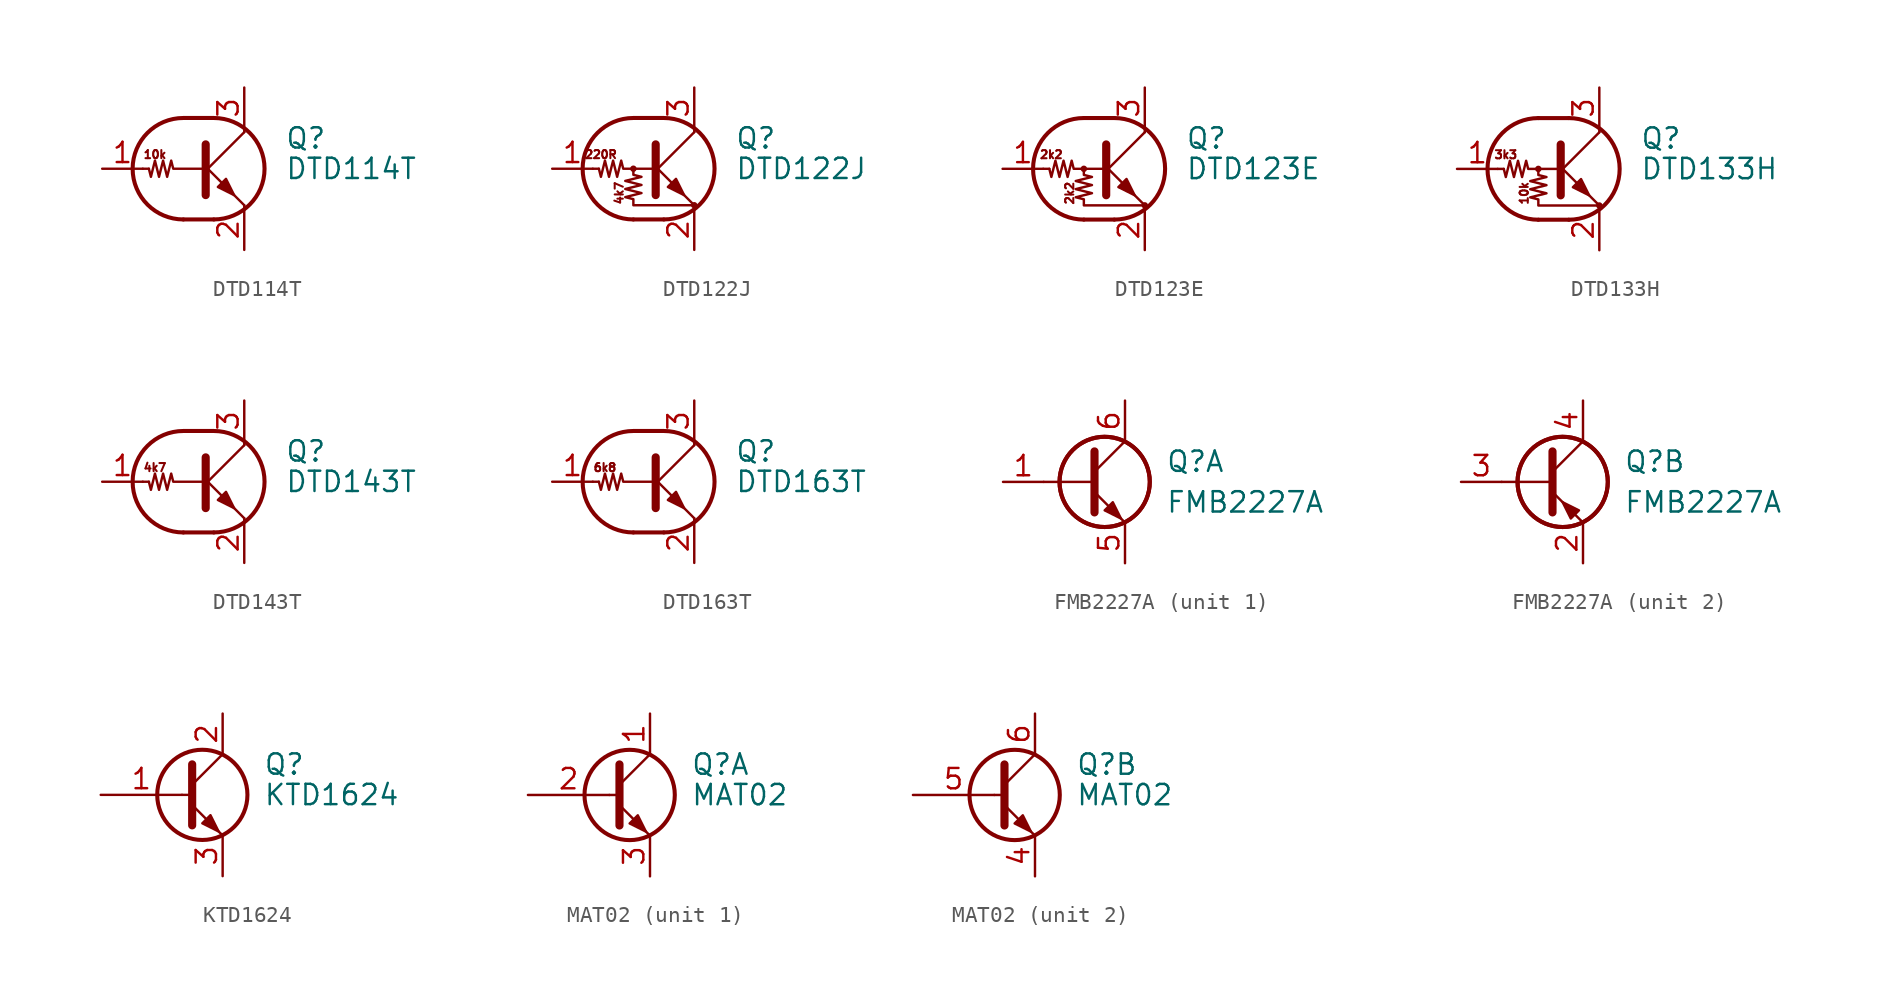
<source format=kicad_sym>
(kicad_symbol_lib
  (version 20201005)
  (generator kicad_symbol_editor)
  (symbol "Transistor_BJT:DTD114T"
    (pin_names
      (offset 0) hide)
    (property "Reference" "Q"
      (at 5.08 1.905 0)
      (effects (font (size 1.27 1.27)) (justify left)))
    (property "Value" "DTD114T"
      (at 5.08 0 0)
      (effects (font (size 1.27 1.27)) (justify left)))
    (symbol "DTD114T_0_0"
      (text "10k" (at -3.048 0.889 0) (effects (font (size 0.508 0.508))))
      (polyline (pts (xy 2.54 -2.286) (xy 2.54 -2.54)) (stroke (width 0)) (fill (type none))))
    (symbol "DTD114T_0_1"
      (arc (start -1.27 3.175) (end -1.27 -3.175) (radius (at -1.27 0) (length 3.175) (angles 90.1 -90.1)) (stroke (width 0.254)) (fill (type none)))
      (arc (start 0.635 -3.175) (end 0.635 3.175) (radius (at 0.635 0) (length 3.175) (angles -89.9 89.9)) (stroke (width 0.254)) (fill (type none)))
      (polyline (pts (xy -3.429 0) (xy -3.81 0)) (stroke (width 0)) (fill (type none)))
      (polyline (pts (xy -1.27 -3.175) (xy 0.635 -3.175)) (stroke (width 0.254)) (fill (type none)))
      (polyline (pts (xy -1.27 3.175) (xy 0.635 3.175)) (stroke (width 0.254)) (fill (type none)))
      (polyline (pts (xy 0 -0.254) (xy 2.54 2.286)) (stroke (width 0)) (fill (type none)))
      (polyline (pts (xy 0.127 1.524) (xy 0.127 -1.651)) (stroke (width 0.508)) (fill (type outline)))
      (polyline (pts (xy 2.54 2.286) (xy 2.54 2.54)) (stroke (width 0)) (fill (type none)))
      (polyline (pts (xy 2.54 -2.286) (xy 0 0.254) (xy 0 0.254)) (stroke (width 0)) (fill (type none)))
      (polyline (pts (xy 0.889 -1.143) (xy 1.397 -0.635) (xy 1.905 -1.651) (xy 0.889 -1.143)) (stroke (width 0)) (fill (type outline)))
      (polyline (pts (xy 0 0) (xy -1.905 0) (xy -2.032 0.508) (xy -2.286 -0.508) (xy -2.54 0.508) (xy -2.794 -0.508) (xy -3.048 0.508) (xy -3.302 -0.508) (xy -3.429 0)) (stroke (width 0)) (fill (type none))))
    (symbol "DTD114T_1_1"
      (pin input line (at -6.35 0 0) (length 2.54) (name "B" (effects (font (size 1.27 1.27)))) (number "1" (effects (font (size 1.27 1.27)))))
      (pin passive line (at 2.54 -5.08 90) (length 2.54) (name "E" (effects (font (size 1.27 1.27)))) (number "2" (effects (font (size 1.27 1.27)))))
      (pin passive line (at 2.54 5.08 270) (length 2.54) (name "C" (effects (font (size 1.27 1.27)))) (number "3" (effects (font (size 1.27 1.27)))))))
  (symbol "Transistor_BJT:DTD122J"
    (pin_names
      (offset 0) hide)
    (property "Reference" "Q"
      (at 5.08 1.905 0)
      (effects (font (size 1.27 1.27)) (justify left)))
    (property "Value" "DTD122J"
      (at 5.08 0 0)
      (effects (font (size 1.27 1.27)) (justify left)))
    (symbol "DTD122J_0_0"
      (text "220R" (at -3.302 0.889 0) (effects (font (size 0.508 0.508))))
      (text "4k7" (at -2.159 -1.524 900) (effects (font (size 0.508 0.508)))))
    (symbol "DTD122J_0_1"
      (arc (start -1.27 3.175) (end -1.27 -3.175) (radius (at -1.27 0) (length 3.175) (angles 90.1 -90.1)) (stroke (width 0.254)) (fill (type none)))
      (arc (start 0.635 -3.175) (end 0.635 3.175) (radius (at 0.635 0) (length 3.175) (angles -89.9 89.9)) (stroke (width 0.254)) (fill (type none)))
      (circle (center -1.27 0) (radius 0.127) (stroke (width 0)) (fill (type none)))
      (circle (center 2.54 -2.286) (radius 0.127) (stroke (width 0)) (fill (type none)))
      (polyline (pts (xy -3.429 0) (xy -3.81 0)) (stroke (width 0)) (fill (type none)))
      (polyline (pts (xy -1.27 -3.175) (xy 0.635 -3.175)) (stroke (width 0.254)) (fill (type none)))
      (polyline (pts (xy -1.27 3.175) (xy 0.635 3.175)) (stroke (width 0.254)) (fill (type none)))
      (polyline (pts (xy 0 -0.254) (xy 2.54 2.286)) (stroke (width 0)) (fill (type none)))
      (polyline (pts (xy 0.127 1.524) (xy 0.127 -1.651)) (stroke (width 0.508)) (fill (type outline)))
      (polyline (pts (xy 2.54 2.286) (xy 2.54 2.54)) (stroke (width 0)) (fill (type none)))
      (polyline (pts (xy 2.54 -2.286) (xy 0 0.254) (xy 0 0.254)) (stroke (width 0)) (fill (type none)))
      (polyline (pts (xy 0.889 -1.143) (xy 1.397 -0.635) (xy 1.905 -1.651) (xy 0.889 -1.143)) (stroke (width 0)) (fill (type outline)))
      (polyline (pts (xy 0 0) (xy -1.905 0) (xy -2.032 0.508) (xy -2.286 -0.508) (xy -2.54 0.508) (xy -2.794 -0.508) (xy -3.048 0.508) (xy -3.302 -0.508) (xy -3.429 0)) (stroke (width 0)) (fill (type none)))
      (polyline (pts (xy -1.27 0) (xy -1.27 -0.381) (xy -0.762 -0.508) (xy -1.778 -0.762) (xy -0.762 -1.016) (xy -1.778 -1.27) (xy -0.762 -1.524) (xy -1.778 -1.778) (xy -1.27 -1.905) (xy -1.27 -2.286) (xy 2.54 -2.286)) (stroke (width 0)) (fill (type none))))
    (symbol "DTD122J_1_1"
      (pin input line (at -6.35 0 0) (length 2.54) (name "B" (effects (font (size 1.27 1.27)))) (number "1" (effects (font (size 1.27 1.27)))))
      (pin passive line (at 2.54 -5.08 90) (length 2.54) (name "E" (effects (font (size 1.27 1.27)))) (number "2" (effects (font (size 1.27 1.27)))))
      (pin passive line (at 2.54 5.08 270) (length 2.54) (name "C" (effects (font (size 1.27 1.27)))) (number "3" (effects (font (size 1.27 1.27)))))))
  (symbol "Transistor_BJT:DTD123E"
    (pin_names
      (offset 0) hide)
    (property "Reference" "Q"
      (at 5.08 1.905 0)
      (effects (font (size 1.27 1.27)) (justify left)))
    (property "Value" "DTD123E"
      (at 5.08 0 0)
      (effects (font (size 1.27 1.27)) (justify left)))
    (symbol "DTD123E_0_0"
      (text "2k2" (at -3.302 0.889 0) (effects (font (size 0.508 0.508))))
      (text "2k2" (at -2.159 -1.524 900) (effects (font (size 0.508 0.508)))))
    (symbol "DTD123E_0_1"
      (arc (start -1.27 3.175) (end -1.27 -3.175) (radius (at -1.27 0) (length 3.175) (angles 90.1 -90.1)) (stroke (width 0.254)) (fill (type none)))
      (arc (start 0.635 -3.175) (end 0.635 3.175) (radius (at 0.635 0) (length 3.175) (angles -89.9 89.9)) (stroke (width 0.254)) (fill (type none)))
      (circle (center -1.27 0) (radius 0.127) (stroke (width 0)) (fill (type none)))
      (circle (center 2.54 -2.286) (radius 0.127) (stroke (width 0)) (fill (type none)))
      (polyline (pts (xy -3.429 0) (xy -3.81 0)) (stroke (width 0)) (fill (type none)))
      (polyline (pts (xy -1.27 -3.175) (xy 0.635 -3.175)) (stroke (width 0.254)) (fill (type none)))
      (polyline (pts (xy -1.27 3.175) (xy 0.635 3.175)) (stroke (width 0.254)) (fill (type none)))
      (polyline (pts (xy 0 -0.254) (xy 2.54 2.286)) (stroke (width 0)) (fill (type none)))
      (polyline (pts (xy 0.127 1.524) (xy 0.127 -1.651)) (stroke (width 0.508)) (fill (type outline)))
      (polyline (pts (xy 2.54 2.286) (xy 2.54 2.54)) (stroke (width 0)) (fill (type none)))
      (polyline (pts (xy 2.54 -2.286) (xy 0 0.254) (xy 0 0.254)) (stroke (width 0)) (fill (type none)))
      (polyline (pts (xy 0.889 -1.143) (xy 1.397 -0.635) (xy 1.905 -1.651) (xy 0.889 -1.143)) (stroke (width 0)) (fill (type outline)))
      (polyline (pts (xy 0 0) (xy -1.905 0) (xy -2.032 0.508) (xy -2.286 -0.508) (xy -2.54 0.508) (xy -2.794 -0.508) (xy -3.048 0.508) (xy -3.302 -0.508) (xy -3.429 0)) (stroke (width 0)) (fill (type none)))
      (polyline (pts (xy -1.27 0) (xy -1.27 -0.381) (xy -0.762 -0.508) (xy -1.778 -0.762) (xy -0.762 -1.016) (xy -1.778 -1.27) (xy -0.762 -1.524) (xy -1.778 -1.778) (xy -1.27 -1.905) (xy -1.27 -2.286) (xy 2.54 -2.286)) (stroke (width 0)) (fill (type none))))
    (symbol "DTD123E_1_1"
      (pin input line (at -6.35 0 0) (length 2.54) (name "B" (effects (font (size 1.27 1.27)))) (number "1" (effects (font (size 1.27 1.27)))))
      (pin passive line (at 2.54 -5.08 90) (length 2.54) (name "E" (effects (font (size 1.27 1.27)))) (number "2" (effects (font (size 1.27 1.27)))))
      (pin passive line (at 2.54 5.08 270) (length 2.54) (name "C" (effects (font (size 1.27 1.27)))) (number "3" (effects (font (size 1.27 1.27)))))))
  (symbol "Transistor_BJT:DTD133H"
    (pin_names
      (offset 0) hide)
    (property "Reference" "Q"
      (at 5.08 1.905 0)
      (effects (font (size 1.27 1.27)) (justify left)))
    (property "Value" "DTD133H"
      (at 5.08 0 0)
      (effects (font (size 1.27 1.27)) (justify left)))
    (symbol "DTD133H_0_0"
      (text "10k" (at -2.159 -1.524 900) (effects (font (size 0.508 0.508))))
      (text "3k3" (at -3.302 0.889 0) (effects (font (size 0.508 0.508)))))
    (symbol "DTD133H_0_1"
      (arc (start -1.27 3.175) (end -1.27 -3.175) (radius (at -1.27 0) (length 3.175) (angles 90.1 -90.1)) (stroke (width 0.254)) (fill (type none)))
      (arc (start 0.635 -3.175) (end 0.635 3.175) (radius (at 0.635 0) (length 3.175) (angles -89.9 89.9)) (stroke (width 0.254)) (fill (type none)))
      (circle (center -1.27 0) (radius 0.127) (stroke (width 0)) (fill (type none)))
      (circle (center 2.54 -2.286) (radius 0.127) (stroke (width 0)) (fill (type none)))
      (polyline (pts (xy -3.429 0) (xy -3.81 0)) (stroke (width 0)) (fill (type none)))
      (polyline (pts (xy -1.27 -3.175) (xy 0.635 -3.175)) (stroke (width 0.254)) (fill (type none)))
      (polyline (pts (xy -1.27 3.175) (xy 0.635 3.175)) (stroke (width 0.254)) (fill (type none)))
      (polyline (pts (xy 0 -0.254) (xy 2.54 2.286)) (stroke (width 0)) (fill (type none)))
      (polyline (pts (xy 0.127 1.524) (xy 0.127 -1.651)) (stroke (width 0.508)) (fill (type outline)))
      (polyline (pts (xy 2.54 2.286) (xy 2.54 2.54)) (stroke (width 0)) (fill (type none)))
      (polyline (pts (xy 2.54 -2.286) (xy 0 0.254) (xy 0 0.254)) (stroke (width 0)) (fill (type none)))
      (polyline (pts (xy 0.889 -1.143) (xy 1.397 -0.635) (xy 1.905 -1.651) (xy 0.889 -1.143)) (stroke (width 0)) (fill (type outline)))
      (polyline (pts (xy 0 0) (xy -1.905 0) (xy -2.032 0.508) (xy -2.286 -0.508) (xy -2.54 0.508) (xy -2.794 -0.508) (xy -3.048 0.508) (xy -3.302 -0.508) (xy -3.429 0)) (stroke (width 0)) (fill (type none)))
      (polyline (pts (xy -1.27 0) (xy -1.27 -0.381) (xy -0.762 -0.508) (xy -1.778 -0.762) (xy -0.762 -1.016) (xy -1.778 -1.27) (xy -0.762 -1.524) (xy -1.778 -1.778) (xy -1.27 -1.905) (xy -1.27 -2.286) (xy 2.54 -2.286)) (stroke (width 0)) (fill (type none))))
    (symbol "DTD133H_1_1"
      (pin input line (at -6.35 0 0) (length 2.54) (name "B" (effects (font (size 1.27 1.27)))) (number "1" (effects (font (size 1.27 1.27)))))
      (pin passive line (at 2.54 -5.08 90) (length 2.54) (name "E" (effects (font (size 1.27 1.27)))) (number "2" (effects (font (size 1.27 1.27)))))
      (pin passive line (at 2.54 5.08 270) (length 2.54) (name "C" (effects (font (size 1.27 1.27)))) (number "3" (effects (font (size 1.27 1.27)))))))
  (symbol "Transistor_BJT:DTD143T"
    (pin_names
      (offset 0) hide)
    (property "Reference" "Q"
      (at 5.08 1.905 0)
      (effects (font (size 1.27 1.27)) (justify left)))
    (property "Value" "DTD143T"
      (at 5.08 0 0)
      (effects (font (size 1.27 1.27)) (justify left)))
    (symbol "DTD143T_0_0"
      (text "4k7" (at -3.048 0.889 0) (effects (font (size 0.508 0.508))))
      (polyline (pts (xy 2.54 -2.286) (xy 2.54 -2.54)) (stroke (width 0)) (fill (type none))))
    (symbol "DTD143T_0_1"
      (arc (start -1.27 3.175) (end -1.27 -3.175) (radius (at -1.27 0) (length 3.175) (angles 90.1 -90.1)) (stroke (width 0.254)) (fill (type none)))
      (arc (start 0.635 -3.175) (end 0.635 3.175) (radius (at 0.635 0) (length 3.175) (angles -89.9 89.9)) (stroke (width 0.254)) (fill (type none)))
      (polyline (pts (xy -3.429 0) (xy -3.81 0)) (stroke (width 0)) (fill (type none)))
      (polyline (pts (xy -1.27 -3.175) (xy 0.635 -3.175)) (stroke (width 0.254)) (fill (type none)))
      (polyline (pts (xy -1.27 3.175) (xy 0.635 3.175)) (stroke (width 0.254)) (fill (type none)))
      (polyline (pts (xy 0 -0.254) (xy 2.54 2.286)) (stroke (width 0)) (fill (type none)))
      (polyline (pts (xy 0.127 1.524) (xy 0.127 -1.651)) (stroke (width 0.508)) (fill (type outline)))
      (polyline (pts (xy 2.54 2.286) (xy 2.54 2.54)) (stroke (width 0)) (fill (type none)))
      (polyline (pts (xy 2.54 -2.286) (xy 0 0.254) (xy 0 0.254)) (stroke (width 0)) (fill (type none)))
      (polyline (pts (xy 0.889 -1.143) (xy 1.397 -0.635) (xy 1.905 -1.651) (xy 0.889 -1.143)) (stroke (width 0)) (fill (type outline)))
      (polyline (pts (xy 0 0) (xy -1.905 0) (xy -2.032 0.508) (xy -2.286 -0.508) (xy -2.54 0.508) (xy -2.794 -0.508) (xy -3.048 0.508) (xy -3.302 -0.508) (xy -3.429 0)) (stroke (width 0)) (fill (type none))))
    (symbol "DTD143T_1_1"
      (pin input line (at -6.35 0 0) (length 2.54) (name "B" (effects (font (size 1.27 1.27)))) (number "1" (effects (font (size 1.27 1.27)))))
      (pin passive line (at 2.54 -5.08 90) (length 2.54) (name "E" (effects (font (size 1.27 1.27)))) (number "2" (effects (font (size 1.27 1.27)))))
      (pin passive line (at 2.54 5.08 270) (length 2.54) (name "C" (effects (font (size 1.27 1.27)))) (number "3" (effects (font (size 1.27 1.27)))))))
  (symbol "Transistor_BJT:DTD163T"
    (pin_names
      (offset 0) hide)
    (property "Reference" "Q"
      (at 5.08 1.905 0)
      (effects (font (size 1.27 1.27)) (justify left)))
    (property "Value" "DTD163T"
      (at 5.08 0 0)
      (effects (font (size 1.27 1.27)) (justify left)))
    (symbol "DTD163T_0_0"
      (text "6k8" (at -3.048 0.889 0) (effects (font (size 0.508 0.508))))
      (polyline (pts (xy 2.54 -2.286) (xy 2.54 -2.54)) (stroke (width 0)) (fill (type none))))
    (symbol "DTD163T_0_1"
      (arc (start -1.27 3.175) (end -1.27 -3.175) (radius (at -1.27 0) (length 3.175) (angles 90.1 -90.1)) (stroke (width 0.254)) (fill (type none)))
      (arc (start 0.635 -3.175) (end 0.635 3.175) (radius (at 0.635 0) (length 3.175) (angles -89.9 89.9)) (stroke (width 0.254)) (fill (type none)))
      (polyline (pts (xy -3.429 0) (xy -3.81 0)) (stroke (width 0)) (fill (type none)))
      (polyline (pts (xy -1.27 -3.175) (xy 0.635 -3.175)) (stroke (width 0.254)) (fill (type none)))
      (polyline (pts (xy -1.27 3.175) (xy 0.635 3.175)) (stroke (width 0.254)) (fill (type none)))
      (polyline (pts (xy 0 -0.254) (xy 2.54 2.286)) (stroke (width 0)) (fill (type none)))
      (polyline (pts (xy 0.127 1.524) (xy 0.127 -1.651)) (stroke (width 0.508)) (fill (type outline)))
      (polyline (pts (xy 2.54 2.286) (xy 2.54 2.54)) (stroke (width 0)) (fill (type none)))
      (polyline (pts (xy 2.54 -2.286) (xy 0 0.254) (xy 0 0.254)) (stroke (width 0)) (fill (type none)))
      (polyline (pts (xy 0.889 -1.143) (xy 1.397 -0.635) (xy 1.905 -1.651) (xy 0.889 -1.143)) (stroke (width 0)) (fill (type outline)))
      (polyline (pts (xy 0 0) (xy -1.905 0) (xy -2.032 0.508) (xy -2.286 -0.508) (xy -2.54 0.508) (xy -2.794 -0.508) (xy -3.048 0.508) (xy -3.302 -0.508) (xy -3.429 0)) (stroke (width 0)) (fill (type none))))
    (symbol "DTD163T_1_1"
      (pin input line (at -6.35 0 0) (length 2.54) (name "B" (effects (font (size 1.27 1.27)))) (number "1" (effects (font (size 1.27 1.27)))))
      (pin passive line (at 2.54 -5.08 90) (length 2.54) (name "E" (effects (font (size 1.27 1.27)))) (number "2" (effects (font (size 1.27 1.27)))))
      (pin passive line (at 2.54 5.08 270) (length 2.54) (name "C" (effects (font (size 1.27 1.27)))) (number "3" (effects (font (size 1.27 1.27)))))))
  (symbol "Transistor_BJT:FMB2227A"
    (pin_names
      (offset 0) hide)
    (property "Reference" "Q"
      (at 5.08 1.27 0)
      (effects (font (size 1.27 1.27)) (justify left)))
    (property "Value" "FMB2227A"
      (at 5.08 -1.27 0)
      (effects (font (size 1.27 1.27)) (justify left)))
    (property "ki_locked" ""
      (at 0 0 0)
      (effects (font (size 1.27 1.27))))
    (symbol "FMB2227A_0_1"
      (circle (center 1.27 0) (radius 2.819) (stroke (width 0.254)) (fill (type none)))
      (circle (center 1.27 0) (radius 2.819) (stroke (width 0.254)) (fill (type none)))
      (polyline (pts (xy 0.635 0) (xy -2.54 0)) (stroke (width 0)) (fill (type none))))
    (symbol "FMB2227A_1_1"
      (polyline (pts (xy 0.635 0.635) (xy 2.54 2.54)) (stroke (width 0)) (fill (type none)))
      (polyline (pts (xy 0.635 -0.635) (xy 2.54 -2.54) (xy 2.54 -2.54)) (stroke (width 0)) (fill (type none)))
      (polyline (pts (xy 0.635 1.905) (xy 0.635 -1.905) (xy 0.635 -1.905)) (stroke (width 0.508)) (fill (type none)))
      (polyline (pts (xy 1.27 -1.778) (xy 1.778 -1.27) (xy 2.286 -2.286) (xy 1.27 -1.778) (xy 1.27 -1.778)) (stroke (width 0)) (fill (type outline)))
      (pin input line (at -5.08 0 0) (length 2.54) (name "B1" (effects (font (size 1.27 1.27)))) (number "1" (effects (font (size 1.27 1.27)))))
      (pin passive line (at 2.54 -5.08 90) (length 2.54) (name "E1" (effects (font (size 1.27 1.27)))) (number "5" (effects (font (size 1.27 1.27)))))
      (pin passive line (at 2.54 5.08 270) (length 2.54) (name "C1" (effects (font (size 1.27 1.27)))) (number "6" (effects (font (size 1.27 1.27))))))
    (symbol "FMB2227A_2_1"
      (polyline (pts (xy 0.635 0.635) (xy 2.54 2.54)) (stroke (width 0)) (fill (type none)))
      (polyline (pts (xy 0.635 -0.635) (xy 2.54 -2.54) (xy 2.54 -2.54)) (stroke (width 0)) (fill (type none)))
      (polyline (pts (xy 0.635 1.905) (xy 0.635 -1.905) (xy 0.635 -1.905)) (stroke (width 0.508)) (fill (type none)))
      (polyline (pts (xy 2.286 -1.778) (xy 1.778 -2.286) (xy 1.27 -1.27) (xy 2.286 -1.778) (xy 2.286 -1.778)) (stroke (width 0)) (fill (type outline)))
      (pin passive line (at 2.54 -5.08 90) (length 2.54) (name "E2" (effects (font (size 1.27 1.27)))) (number "2" (effects (font (size 1.27 1.27)))))
      (pin input line (at -5.08 0 0) (length 2.54) (name "B2" (effects (font (size 1.27 1.27)))) (number "3" (effects (font (size 1.27 1.27)))))
      (pin passive line (at 2.54 5.08 270) (length 2.54) (name "C2" (effects (font (size 1.27 1.27)))) (number "4" (effects (font (size 1.27 1.27)))))))
  (symbol "Transistor_BJT:KTD1624"
    (pin_names
      (offset 0) hide)
    (property "Reference" "Q"
      (at 5.08 1.905 0)
      (effects (font (size 1.27 1.27)) (justify left)))
    (property "Value" "KTD1624"
      (at 5.08 0 0)
      (effects (font (size 1.27 1.27)) (justify left)))
    (symbol "KTD1624_0_1"
      (circle (center 1.27 0) (radius 2.819) (stroke (width 0.254)) (fill (type none)))
      (polyline (pts (xy 0 0) (xy 0.635 0)) (stroke (width 0)) (fill (type none)))
      (polyline (pts (xy 0.635 0.635) (xy 2.54 2.54)) (stroke (width 0)) (fill (type none)))
      (polyline (pts (xy 0.635 -0.635) (xy 2.54 -2.54) (xy 2.54 -2.54)) (stroke (width 0)) (fill (type none)))
      (polyline (pts (xy 0.635 1.905) (xy 0.635 -1.905) (xy 0.635 -1.905)) (stroke (width 0.508)) (fill (type none)))
      (polyline (pts (xy 1.27 -1.778) (xy 1.778 -1.27) (xy 2.286 -2.286) (xy 1.27 -1.778) (xy 1.27 -1.778)) (stroke (width 0)) (fill (type outline))))
    (symbol "KTD1624_1_1"
      (pin input line (at -5.08 0 0) (length 5.08) (name "B" (effects (font (size 1.27 1.27)))) (number "1" (effects (font (size 1.27 1.27)))))
      (pin passive line (at 2.54 5.08 270) (length 2.54) (name "C" (effects (font (size 1.27 1.27)))) (number "2" (effects (font (size 1.27 1.27)))))
      (pin passive line (at 2.54 -5.08 90) (length 2.54) (name "E" (effects (font (size 1.27 1.27)))) (number "3" (effects (font (size 1.27 1.27)))))))
  (symbol "Transistor_BJT:MAT02"
    (pin_names
      (offset 0) hide)
    (property "Reference" "Q"
      (at 5.08 1.905 0)
      (effects (font (size 1.27 1.27)) (justify left)))
    (property "Value" "MAT02"
      (at 5.08 0 0)
      (effects (font (size 1.27 1.27)) (justify left)))
    (symbol "MAT02_0_1"
      (circle (center 1.27 0) (radius 2.819) (stroke (width 0.254)) (fill (type none)))
      (polyline (pts (xy 0 0) (xy 0.635 0)) (stroke (width 0)) (fill (type none)))
      (polyline (pts (xy 0.635 0.635) (xy 2.54 2.54)) (stroke (width 0)) (fill (type none)))
      (polyline (pts (xy 0.635 -0.635) (xy 2.54 -2.54) (xy 2.54 -2.54)) (stroke (width 0)) (fill (type none)))
      (polyline (pts (xy 0.635 1.905) (xy 0.635 -1.905) (xy 0.635 -1.905)) (stroke (width 0.508)) (fill (type none)))
      (polyline (pts (xy 1.27 -1.778) (xy 1.778 -1.27) (xy 2.286 -2.286) (xy 1.27 -1.778) (xy 1.27 -1.778)) (stroke (width 0)) (fill (type outline))))
    (symbol "MAT02_1_1"
      (pin passive line (at 2.54 5.08 270) (length 2.54) (name "C" (effects (font (size 1.27 1.27)))) (number "1" (effects (font (size 1.27 1.27)))))
      (pin input line (at -5.08 0 0) (length 5.08) (name "B" (effects (font (size 1.27 1.27)))) (number "2" (effects (font (size 1.27 1.27)))))
      (pin passive line (at 2.54 -5.08 90) (length 2.54) (name "E" (effects (font (size 1.27 1.27)))) (number "3" (effects (font (size 1.27 1.27))))))
    (symbol "MAT02_2_1"
      (pin passive line (at 2.54 -5.08 90) (length 2.54) (name "E" (effects (font (size 1.27 1.27)))) (number "4" (effects (font (size 1.27 1.27)))))
      (pin input line (at -5.08 0 0) (length 5.08) (name "B" (effects (font (size 1.27 1.27)))) (number "5" (effects (font (size 1.27 1.27)))))
      (pin passive line (at 2.54 5.08 270) (length 2.54) (name "C" (effects (font (size 1.27 1.27)))) (number "6" (effects (font (size 1.27 1.27))))))))
</source>
